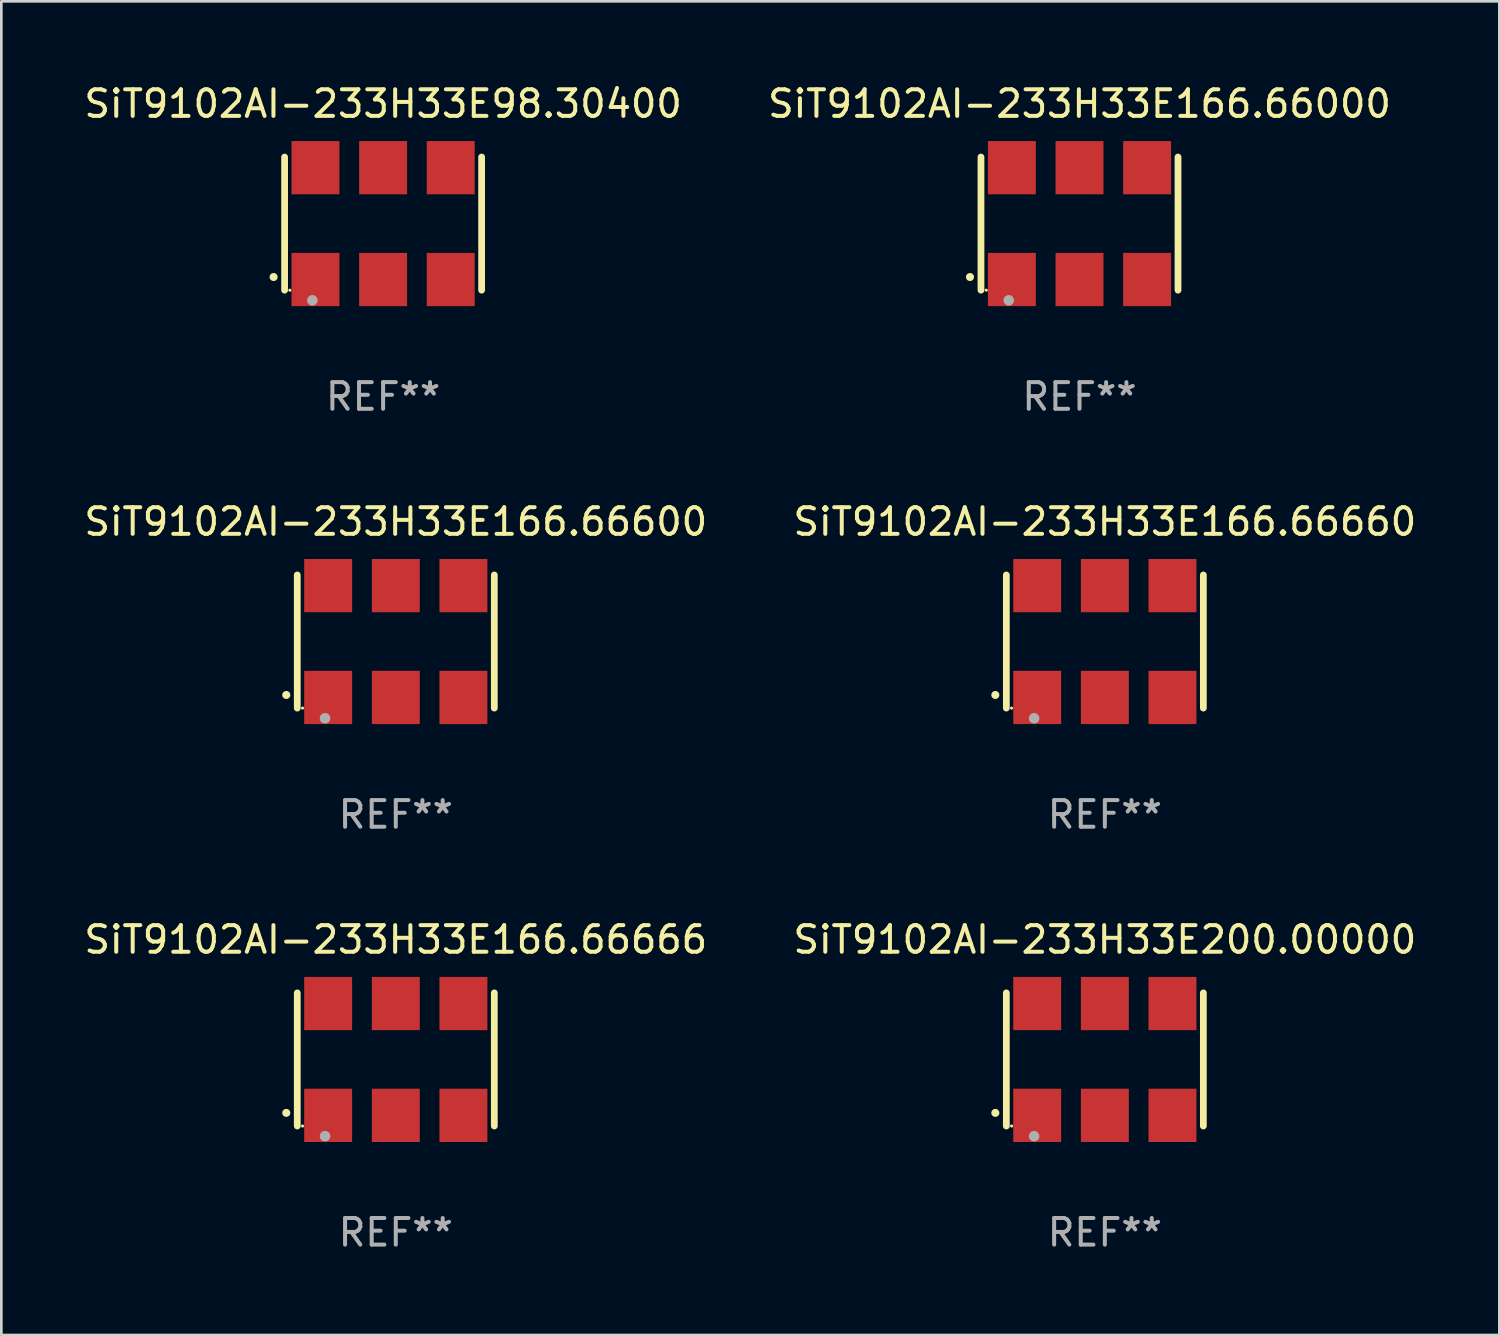
<source format=kicad_pcb>
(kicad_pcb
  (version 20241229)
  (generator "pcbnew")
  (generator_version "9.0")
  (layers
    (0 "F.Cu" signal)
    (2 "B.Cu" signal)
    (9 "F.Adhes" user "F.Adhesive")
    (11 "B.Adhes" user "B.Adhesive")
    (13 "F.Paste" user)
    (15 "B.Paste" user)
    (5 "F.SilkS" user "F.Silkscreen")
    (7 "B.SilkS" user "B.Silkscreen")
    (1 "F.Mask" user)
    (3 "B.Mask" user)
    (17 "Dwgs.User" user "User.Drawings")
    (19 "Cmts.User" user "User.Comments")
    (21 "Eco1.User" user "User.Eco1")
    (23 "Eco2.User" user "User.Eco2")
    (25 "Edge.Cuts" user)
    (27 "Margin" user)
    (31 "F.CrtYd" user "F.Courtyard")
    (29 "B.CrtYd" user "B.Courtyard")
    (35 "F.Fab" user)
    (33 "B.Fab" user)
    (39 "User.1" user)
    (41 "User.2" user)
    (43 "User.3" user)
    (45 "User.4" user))
  (footprint "SiT9102AI-233H33E166.66600"
    (layer "F.Cu")
    (at 11.815 21.045)
    (property "Reference" "SiT9102AI-233H33E166.66600" (at 0 -4.5 0) (layer "F.SilkS") (effects (font (size 1 1) (thickness 0.15))))
    (attr through_hole)
    (fp_line (start -3.7 -2.5) (end -3.7 2.5) (stroke (width 0.254) (type solid)) (layer "F.SilkS"))
    (fp_line (start 3.7 -2.5) (end 3.7 2.5) (stroke (width 0.254) (type solid)) (layer "F.SilkS"))
    (fp_arc (start -4.114415 2.006604) (mid -4.113145 2.006599) (end -4.111875 2.006604) (stroke (width 0.3) (type solid)) (layer "F.SilkS"))
    (fp_circle (center -3.502 2.5) (end -3.472 2.5) (stroke (width 0.06) (type solid)) (fill no) (layer "F.SilkS"))
    (fp_circle (center -2.657 2.882) (end -2.557 2.882) (stroke (width 0.2) (type solid)) (fill no) (layer "F.Fab"))
    (fp_text user "REF**" (at 0 6.5 0) (layer "F.Fab") (effects (font (size 1 1) (thickness 0.15))))
    (pad "1" smd rect (at -2.54 2.1) (size 1.8 2) (layers "F.Cu" "F.Mask" "F.Paste"))
    (pad "2" smd rect (at 0.000394 2.1) (size 1.8 2) (layers "F.Cu" "F.Mask" "F.Paste"))
    (pad "3" smd rect (at 2.54 2.1) (size 1.8 2) (layers "F.Cu" "F.Mask" "F.Paste"))
    (pad "4" smd rect (at 2.54 -2.1) (size 1.8 2) (layers "F.Cu" "F.Mask" "F.Paste"))
    (pad "5" smd rect (at 0.000394 -2.1) (size 1.8 2) (layers "F.Cu" "F.Mask" "F.Paste"))
    (pad "6" smd rect (at -2.54 -2.1) (size 1.8 2) (layers "F.Cu" "F.Mask" "F.Paste")))
  (footprint "SiT9102AI-233H33E166.66000"
    (layer "F.Cu")
    (at 37.494 5.348)
    (property "Reference" "SiT9102AI-233H33E166.66000" (at 0 -4.5 0) (layer "F.SilkS") (effects (font (size 1 1) (thickness 0.15))))
    (attr through_hole)
    (fp_line (start -3.7 -2.5) (end -3.7 2.5) (stroke (width 0.254) (type solid)) (layer "F.SilkS"))
    (fp_line (start 3.7 -2.5) (end 3.7 2.5) (stroke (width 0.254) (type solid)) (layer "F.SilkS"))
    (fp_arc (start -4.114415 2.006604) (mid -4.113145 2.006599) (end -4.111875 2.006604) (stroke (width 0.3) (type solid)) (layer "F.SilkS"))
    (fp_circle (center -3.502 2.5) (end -3.472 2.5) (stroke (width 0.06) (type solid)) (fill no) (layer "F.SilkS"))
    (fp_circle (center -2.657 2.882) (end -2.557 2.882) (stroke (width 0.2) (type solid)) (fill no) (layer "F.Fab"))
    (fp_text user "REF**" (at 0 6.5 0) (layer "F.Fab") (effects (font (size 1 1) (thickness 0.15))))
    (pad "1" smd rect (at -2.54 2.1) (size 1.8 2) (layers "F.Cu" "F.Mask" "F.Paste"))
    (pad "2" smd rect (at 0.000394 2.1) (size 1.8 2) (layers "F.Cu" "F.Mask" "F.Paste"))
    (pad "3" smd rect (at 2.54 2.1) (size 1.8 2) (layers "F.Cu" "F.Mask" "F.Paste"))
    (pad "4" smd rect (at 2.54 -2.1) (size 1.8 2) (layers "F.Cu" "F.Mask" "F.Paste"))
    (pad "5" smd rect (at 0.000394 -2.1) (size 1.8 2) (layers "F.Cu" "F.Mask" "F.Paste"))
    (pad "6" smd rect (at -2.54 -2.1) (size 1.8 2) (layers "F.Cu" "F.Mask" "F.Paste")))
  (footprint "SiT9102AI-233H33E166.66660"
    (layer "F.Cu")
    (at 38.446 21.045)
    (property "Reference" "SiT9102AI-233H33E166.66660" (at 0 -4.5 0) (layer "F.SilkS") (effects (font (size 1 1) (thickness 0.15))))
    (attr through_hole)
    (fp_line (start -3.7 -2.5) (end -3.7 2.5) (stroke (width 0.254) (type solid)) (layer "F.SilkS"))
    (fp_line (start 3.7 -2.5) (end 3.7 2.5) (stroke (width 0.254) (type solid)) (layer "F.SilkS"))
    (fp_arc (start -4.114415 2.006604) (mid -4.113145 2.006599) (end -4.111875 2.006604) (stroke (width 0.3) (type solid)) (layer "F.SilkS"))
    (fp_circle (center -3.502 2.5) (end -3.472 2.5) (stroke (width 0.06) (type solid)) (fill no) (layer "F.SilkS"))
    (fp_circle (center -2.657 2.882) (end -2.557 2.882) (stroke (width 0.2) (type solid)) (fill no) (layer "F.Fab"))
    (fp_text user "REF**" (at 0 6.5 0) (layer "F.Fab") (effects (font (size 1 1) (thickness 0.15))))
    (pad "1" smd rect (at -2.54 2.1) (size 1.8 2) (layers "F.Cu" "F.Mask" "F.Paste"))
    (pad "2" smd rect (at 0.000394 2.1) (size 1.8 2) (layers "F.Cu" "F.Mask" "F.Paste"))
    (pad "3" smd rect (at 2.54 2.1) (size 1.8 2) (layers "F.Cu" "F.Mask" "F.Paste"))
    (pad "4" smd rect (at 2.54 -2.1) (size 1.8 2) (layers "F.Cu" "F.Mask" "F.Paste"))
    (pad "5" smd rect (at 0.000394 -2.1) (size 1.8 2) (layers "F.Cu" "F.Mask" "F.Paste"))
    (pad "6" smd rect (at -2.54 -2.1) (size 1.8 2) (layers "F.Cu" "F.Mask" "F.Paste")))
  (footprint "SiT9102AI-233H33E98.30400"
    (layer "F.Cu")
    (at 11.339 5.348)
    (property "Reference" "SiT9102AI-233H33E98.30400" (at 0 -4.5 0) (layer "F.SilkS") (effects (font (size 1 1) (thickness 0.15))))
    (attr through_hole)
    (fp_line (start -3.7 -2.5) (end -3.7 2.5) (stroke (width 0.254) (type solid)) (layer "F.SilkS"))
    (fp_line (start 3.7 -2.5) (end 3.7 2.5) (stroke (width 0.254) (type solid)) (layer "F.SilkS"))
    (fp_arc (start -4.114415 2.006604) (mid -4.113145 2.006599) (end -4.111875 2.006604) (stroke (width 0.3) (type solid)) (layer "F.SilkS"))
    (fp_circle (center -3.502 2.5) (end -3.472 2.5) (stroke (width 0.06) (type solid)) (fill no) (layer "F.SilkS"))
    (fp_circle (center -2.657 2.882) (end -2.557 2.882) (stroke (width 0.2) (type solid)) (fill no) (layer "F.Fab"))
    (fp_text user "REF**" (at 0 6.5 0) (layer "F.Fab") (effects (font (size 1 1) (thickness 0.15))))
    (pad "1" smd rect (at -2.54 2.1) (size 1.8 2) (layers "F.Cu" "F.Mask" "F.Paste"))
    (pad "2" smd rect (at 0.000394 2.1) (size 1.8 2) (layers "F.Cu" "F.Mask" "F.Paste"))
    (pad "3" smd rect (at 2.54 2.1) (size 1.8 2) (layers "F.Cu" "F.Mask" "F.Paste"))
    (pad "4" smd rect (at 2.54 -2.1) (size 1.8 2) (layers "F.Cu" "F.Mask" "F.Paste"))
    (pad "5" smd rect (at 0.000394 -2.1) (size 1.8 2) (layers "F.Cu" "F.Mask" "F.Paste"))
    (pad "6" smd rect (at -2.54 -2.1) (size 1.8 2) (layers "F.Cu" "F.Mask" "F.Paste")))
  (footprint "SiT9102AI-233H33E200.00000"
    (layer "F.Cu")
    (at 38.446 36.741)
    (property "Reference" "SiT9102AI-233H33E200.00000" (at 0 -4.5 0) (layer "F.SilkS") (effects (font (size 1 1) (thickness 0.15))))
    (attr through_hole)
    (fp_line (start -3.7 -2.5) (end -3.7 2.5) (stroke (width 0.254) (type solid)) (layer "F.SilkS"))
    (fp_line (start 3.7 -2.5) (end 3.7 2.5) (stroke (width 0.254) (type solid)) (layer "F.SilkS"))
    (fp_arc (start -4.114415 2.006604) (mid -4.113145 2.006599) (end -4.111875 2.006604) (stroke (width 0.3) (type solid)) (layer "F.SilkS"))
    (fp_circle (center -3.502 2.5) (end -3.472 2.5) (stroke (width 0.06) (type solid)) (fill no) (layer "F.SilkS"))
    (fp_circle (center -2.657 2.882) (end -2.557 2.882) (stroke (width 0.2) (type solid)) (fill no) (layer "F.Fab"))
    (fp_text user "REF**" (at 0 6.5 0) (layer "F.Fab") (effects (font (size 1 1) (thickness 0.15))))
    (pad "1" smd rect (at -2.54 2.1) (size 1.8 2) (layers "F.Cu" "F.Mask" "F.Paste"))
    (pad "2" smd rect (at 0.000394 2.1) (size 1.8 2) (layers "F.Cu" "F.Mask" "F.Paste"))
    (pad "3" smd rect (at 2.54 2.1) (size 1.8 2) (layers "F.Cu" "F.Mask" "F.Paste"))
    (pad "4" smd rect (at 2.54 -2.1) (size 1.8 2) (layers "F.Cu" "F.Mask" "F.Paste"))
    (pad "5" smd rect (at 0.000394 -2.1) (size 1.8 2) (layers "F.Cu" "F.Mask" "F.Paste"))
    (pad "6" smd rect (at -2.54 -2.1) (size 1.8 2) (layers "F.Cu" "F.Mask" "F.Paste")))
  (footprint "SiT9102AI-233H33E166.66666"
    (layer "F.Cu")
    (at 11.815 36.741)
    (property "Reference" "SiT9102AI-233H33E166.66666" (at 0 -4.5 0) (layer "F.SilkS") (effects (font (size 1 1) (thickness 0.15))))
    (attr through_hole)
    (fp_line (start -3.7 -2.5) (end -3.7 2.5) (stroke (width 0.254) (type solid)) (layer "F.SilkS"))
    (fp_line (start 3.7 -2.5) (end 3.7 2.5) (stroke (width 0.254) (type solid)) (layer "F.SilkS"))
    (fp_arc (start -4.114415 2.006604) (mid -4.113145 2.006599) (end -4.111875 2.006604) (stroke (width 0.3) (type solid)) (layer "F.SilkS"))
    (fp_circle (center -3.502 2.5) (end -3.472 2.5) (stroke (width 0.06) (type solid)) (fill no) (layer "F.SilkS"))
    (fp_circle (center -2.657 2.882) (end -2.557 2.882) (stroke (width 0.2) (type solid)) (fill no) (layer "F.Fab"))
    (fp_text user "REF**" (at 0 6.5 0) (layer "F.Fab") (effects (font (size 1 1) (thickness 0.15))))
    (pad "1" smd rect (at -2.54 2.1) (size 1.8 2) (layers "F.Cu" "F.Mask" "F.Paste"))
    (pad "2" smd rect (at 0.000394 2.1) (size 1.8 2) (layers "F.Cu" "F.Mask" "F.Paste"))
    (pad "3" smd rect (at 2.54 2.1) (size 1.8 2) (layers "F.Cu" "F.Mask" "F.Paste"))
    (pad "4" smd rect (at 2.54 -2.1) (size 1.8 2) (layers "F.Cu" "F.Mask" "F.Paste"))
    (pad "5" smd rect (at 0.000394 -2.1) (size 1.8 2) (layers "F.Cu" "F.Mask" "F.Paste"))
    (pad "6" smd rect (at -2.54 -2.1) (size 1.8 2) (layers "F.Cu" "F.Mask" "F.Paste")))
  (gr_rect
    (start -3 -3)
    (end 53.262 47.09)
    (stroke (width 0.1) (type default))
    (fill no)
    (layer "Edge.Cuts")))
</source>
